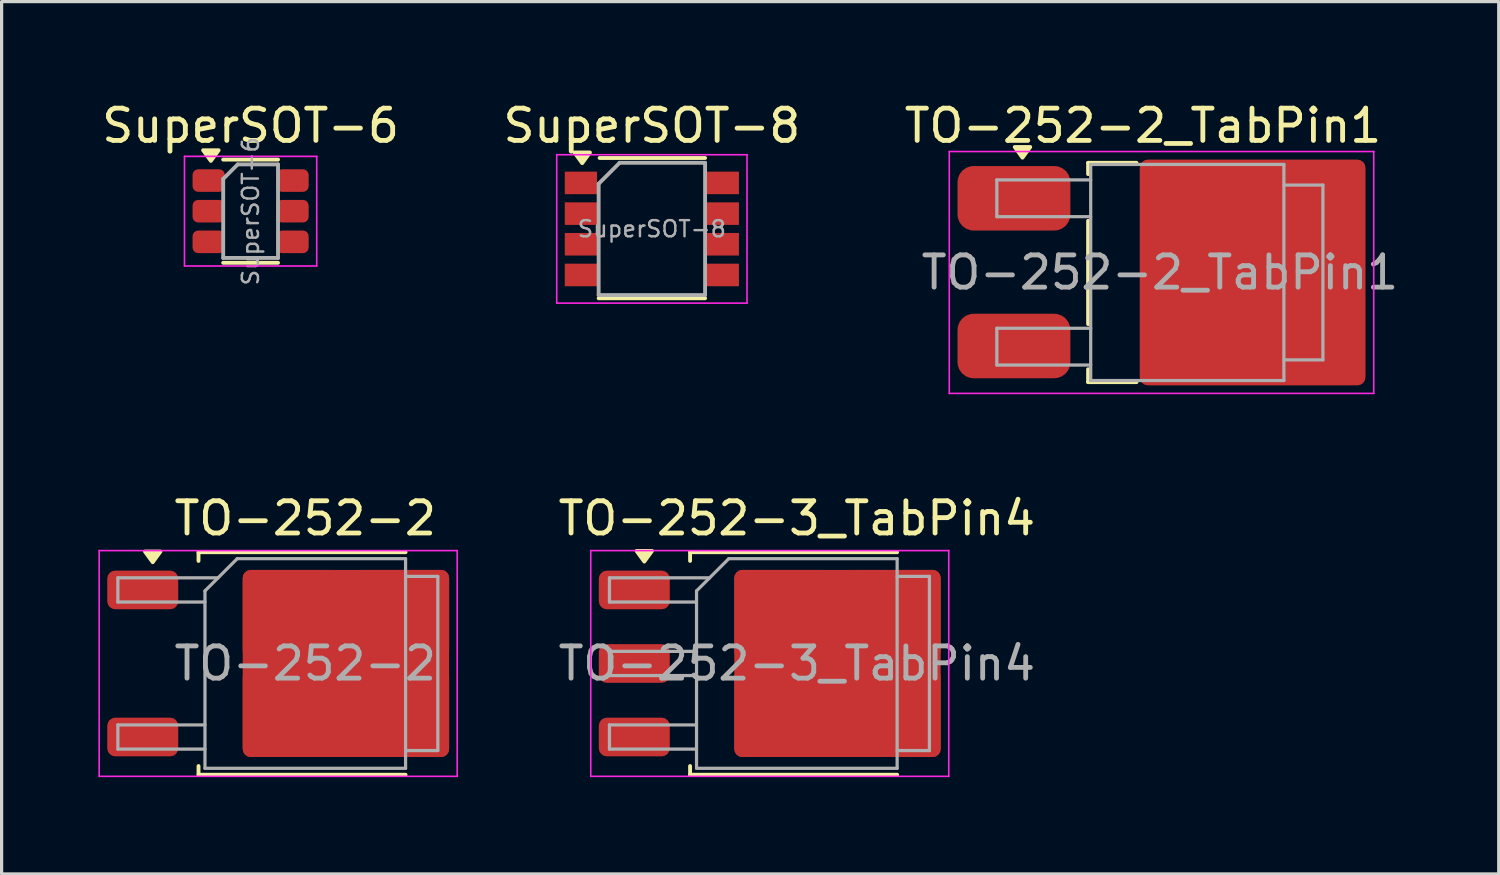
<source format=kicad_pcb>
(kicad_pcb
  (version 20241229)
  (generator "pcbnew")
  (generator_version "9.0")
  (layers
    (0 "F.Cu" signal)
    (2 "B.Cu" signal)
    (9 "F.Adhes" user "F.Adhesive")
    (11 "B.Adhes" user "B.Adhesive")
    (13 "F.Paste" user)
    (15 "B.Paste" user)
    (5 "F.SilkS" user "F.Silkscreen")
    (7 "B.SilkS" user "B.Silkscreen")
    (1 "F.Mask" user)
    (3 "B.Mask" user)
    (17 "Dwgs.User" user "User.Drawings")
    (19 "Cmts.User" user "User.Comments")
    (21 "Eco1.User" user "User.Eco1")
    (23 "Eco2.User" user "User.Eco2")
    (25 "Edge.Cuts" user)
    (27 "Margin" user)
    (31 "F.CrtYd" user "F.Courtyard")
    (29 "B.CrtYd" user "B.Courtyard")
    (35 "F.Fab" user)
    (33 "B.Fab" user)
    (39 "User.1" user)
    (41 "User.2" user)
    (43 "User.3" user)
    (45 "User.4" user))
  (footprint "SuperSOT-6"
    (layer "F.Cu")
    (at 4.72 3.498)
    (property "Reference" "SuperSOT-6" (at 0 -2.65 0) (layer "F.SilkS") (effects (font (size 1 1) (thickness 0.15))))
    (attr smd)
    (fp_line (start 0.85 -1.6) (end -0.85 -1.6) (stroke (width 0.12) (type solid)) (layer "F.SilkS"))
    (fp_line (start 0.85 1.6) (end -0.85 1.6) (stroke (width 0.12) (type solid)) (layer "F.SilkS"))
    (fp_poly (pts (xy -1.232 -1.56) (xy -1.472 -1.89) (xy -0.992 -1.89) (xy -1.232 -1.56)) (stroke (width 0.12) (type solid)) (fill yes) (layer "F.SilkS"))
    (fp_line (start -2.05 -1.7) (end -2.05 1.7) (stroke (width 0.05) (type solid)) (layer "F.CrtYd"))
    (fp_line (start -2.05 -1.7) (end 2.05 -1.7) (stroke (width 0.05) (type solid)) (layer "F.CrtYd"))
    (fp_line (start 2.05 1.7) (end -2.05 1.7) (stroke (width 0.05) (type solid)) (layer "F.CrtYd"))
    (fp_line (start 2.05 1.7) (end 2.05 -1.7) (stroke (width 0.05) (type solid)) (layer "F.CrtYd"))
    (fp_line (start -0.85 -1) (end -0.85 1.45) (stroke (width 0.12) (type solid)) (layer "F.Fab"))
    (fp_line (start -0.85 1.45) (end 0.85 1.45) (stroke (width 0.12) (type solid)) (layer "F.Fab"))
    (fp_line (start -0.4 -1.45) (end -0.85 -1) (stroke (width 0.12) (type solid)) (layer "F.Fab"))
    (fp_line (start 0.85 -1.45) (end -0.4 -1.45) (stroke (width 0.12) (type solid)) (layer "F.Fab"))
    (fp_line (start 0.85 1.45) (end 0.85 -1.45) (stroke (width 0.12) (type solid)) (layer "F.Fab"))
    (fp_text user "${REFERENCE}" (at 0 0 90) (layer "F.Fab") (effects (font (size 0.5 0.5) (thickness 0.075))))
    (pad "1" smd roundrect (at -1.3 -0.95) (size 1 0.7) (layers "F.Cu" "F.Mask" "F.Paste") (roundrect_rratio 0.25))
    (pad "2" smd roundrect (at -1.3 0) (size 1 0.7) (layers "F.Cu" "F.Mask" "F.Paste") (roundrect_rratio 0.25))
    (pad "3" smd roundrect (at -1.3 0.95) (size 1 0.7) (layers "F.Cu" "F.Mask" "F.Paste") (roundrect_rratio 0.25))
    (pad "4" smd roundrect (at 1.3 0.95) (size 1 0.7) (layers "F.Cu" "F.Mask" "F.Paste") (roundrect_rratio 0.25))
    (pad "5" smd roundrect (at 1.3 0) (size 1 0.7) (layers "F.Cu" "F.Mask" "F.Paste") (roundrect_rratio 0.25))
    (pad "6" smd roundrect (at 1.3 -0.95) (size 1 0.7) (layers "F.Cu" "F.Mask" "F.Paste") (roundrect_rratio 0.25)))
  (footprint "TO-252-3_TabPin4"
    (layer "F.Cu")
    (at 21.656 17.521)
    (property "Reference" "TO-252-3_TabPin4" (at 0 -4.5 0) (layer "F.SilkS") (effects (font (size 1 1) (thickness 0.15))))
    (attr smd)
    (fp_line (start -3.31 -3.45) (end -3.31 -3.18) (stroke (width 0.12) (type solid)) (layer "F.SilkS"))
    (fp_line (start -3.31 3.45) (end -3.31 3.18) (stroke (width 0.12) (type solid)) (layer "F.SilkS"))
    (fp_line (start 3.11 -3.45) (end -3.31 -3.45) (stroke (width 0.12) (type solid)) (layer "F.SilkS"))
    (fp_line (start 3.11 3.45) (end -3.31 3.45) (stroke (width 0.12) (type solid)) (layer "F.SilkS"))
    (fp_poly (pts (xy -4.73 -3.16) (xy -4.97 -3.49) (xy -4.49 -3.49) (xy -4.73 -3.16)) (stroke (width 0.12) (type solid)) (fill yes) (layer "F.SilkS"))
    (fp_line (start -6.39 -3.5) (end -6.39 3.5) (stroke (width 0.05) (type solid)) (layer "F.CrtYd"))
    (fp_line (start -6.39 3.5) (end 4.71 3.5) (stroke (width 0.05) (type solid)) (layer "F.CrtYd"))
    (fp_line (start 4.71 -3.5) (end -6.39 -3.5) (stroke (width 0.05) (type solid)) (layer "F.CrtYd"))
    (fp_line (start 4.71 3.5) (end 4.71 -3.5) (stroke (width 0.05) (type solid)) (layer "F.CrtYd"))
    (fp_line (start -5.81 -2.655) (end -5.81 -1.905) (stroke (width 0.1) (type solid)) (layer "F.Fab"))
    (fp_line (start -5.81 -1.905) (end -3.11 -1.905) (stroke (width 0.1) (type solid)) (layer "F.Fab"))
    (fp_line (start -5.81 -0.375) (end -5.81 0.375) (stroke (width 0.1) (type solid)) (layer "F.Fab"))
    (fp_line (start -5.81 0.375) (end -3.11 0.375) (stroke (width 0.1) (type solid)) (layer "F.Fab"))
    (fp_line (start -5.81 1.905) (end -5.81 2.655) (stroke (width 0.1) (type solid)) (layer "F.Fab"))
    (fp_line (start -5.81 2.655) (end -3.11 2.655) (stroke (width 0.1) (type solid)) (layer "F.Fab"))
    (fp_line (start -3.11 -2.25) (end -2.11 -3.25) (stroke (width 0.1) (type solid)) (layer "F.Fab"))
    (fp_line (start -3.11 -0.375) (end -5.81 -0.375) (stroke (width 0.1) (type solid)) (layer "F.Fab"))
    (fp_line (start -3.11 1.905) (end -5.81 1.905) (stroke (width 0.1) (type solid)) (layer "F.Fab"))
    (fp_line (start -3.11 3.25) (end -3.11 -2.25) (stroke (width 0.1) (type solid)) (layer "F.Fab"))
    (fp_line (start -2.705 -2.655) (end -5.81 -2.655) (stroke (width 0.1) (type solid)) (layer "F.Fab"))
    (fp_line (start -2.11 -3.25) (end 3.11 -3.25) (stroke (width 0.1) (type solid)) (layer "F.Fab"))
    (fp_line (start 3.11 -3.25) (end 3.11 3.25) (stroke (width 0.1) (type solid)) (layer "F.Fab"))
    (fp_line (start 3.11 -2.7) (end 4.11 -2.7) (stroke (width 0.1) (type solid)) (layer "F.Fab"))
    (fp_line (start 3.11 3.25) (end -3.11 3.25) (stroke (width 0.1) (type solid)) (layer "F.Fab"))
    (fp_line (start 4.11 -2.7) (end 4.11 2.7) (stroke (width 0.1) (type solid)) (layer "F.Fab"))
    (fp_line (start 4.11 2.7) (end 3.11 2.7) (stroke (width 0.1) (type solid)) (layer "F.Fab"))
    (fp_text user "${REFERENCE}" (at 0 0 0) (layer "F.Fab") (effects (font (size 1 1) (thickness 0.15))))
    (pad "1" smd roundrect (at -5.04 -2.28) (size 2.2 1.2) (layers "F.Cu" "F.Mask" "F.Paste") (roundrect_rratio 0.208))
    (pad "2" smd roundrect (at -5.04 0) (size 2.2 1.2) (layers "F.Cu" "F.Mask" "F.Paste") (roundrect_rratio 0.208))
    (pad "3" smd roundrect (at -5.04 2.28) (size 2.2 1.2) (layers "F.Cu" "F.Mask" "F.Paste") (roundrect_rratio 0.208))
    (pad "4" smd roundrect (at -0.415 -1.525) (size 3.05 2.75) (layers "F.Cu" "F.Paste") (roundrect_rratio 0.091))
    (pad "4" smd roundrect (at -0.415 1.525) (size 3.05 2.75) (layers "F.Cu" "F.Paste") (roundrect_rratio 0.091))
    (pad "4" smd roundrect (at 1.26 0) (size 6.4 5.8) (layers "F.Cu" "F.Mask") (roundrect_rratio 0.043))
    (pad "4" smd roundrect (at 2.935 -1.525) (size 3.05 2.75) (layers "F.Cu" "F.Paste") (roundrect_rratio 0.091))
    (pad "4" smd roundrect (at 2.935 1.525) (size 3.05 2.75) (layers "F.Cu" "F.Paste") (roundrect_rratio 0.091)))
  (footprint "TO-252-2"
    (layer "F.Cu")
    (at 6.415 17.521)
    (property "Reference" "TO-252-2" (at 0 -4.5 0) (layer "F.SilkS") (effects (font (size 1 1) (thickness 0.15))))
    (attr smd)
    (fp_line (start -3.31 -3.45) (end -3.31 -3.18) (stroke (width 0.12) (type solid)) (layer "F.SilkS"))
    (fp_line (start -3.31 3.45) (end -3.31 3.18) (stroke (width 0.12) (type solid)) (layer "F.SilkS"))
    (fp_line (start 3.11 -3.45) (end -3.31 -3.45) (stroke (width 0.12) (type solid)) (layer "F.SilkS"))
    (fp_line (start 3.11 3.45) (end -3.31 3.45) (stroke (width 0.12) (type solid)) (layer "F.SilkS"))
    (fp_poly (pts (xy -4.73 -3.14) (xy -4.97 -3.47) (xy -4.49 -3.47) (xy -4.73 -3.14)) (stroke (width 0.12) (type solid)) (fill yes) (layer "F.SilkS"))
    (fp_line (start -6.39 -3.5) (end -6.39 3.5) (stroke (width 0.05) (type solid)) (layer "F.CrtYd"))
    (fp_line (start -6.39 3.5) (end 4.71 3.5) (stroke (width 0.05) (type solid)) (layer "F.CrtYd"))
    (fp_line (start 4.71 -3.5) (end -6.39 -3.5) (stroke (width 0.05) (type solid)) (layer "F.CrtYd"))
    (fp_line (start 4.71 3.5) (end 4.71 -3.5) (stroke (width 0.05) (type solid)) (layer "F.CrtYd"))
    (fp_line (start -5.81 -2.655) (end -5.81 -1.905) (stroke (width 0.1) (type solid)) (layer "F.Fab"))
    (fp_line (start -5.81 -1.905) (end -3.11 -1.905) (stroke (width 0.1) (type solid)) (layer "F.Fab"))
    (fp_line (start -5.81 1.905) (end -5.81 2.655) (stroke (width 0.1) (type solid)) (layer "F.Fab"))
    (fp_line (start -5.81 2.655) (end -3.11 2.655) (stroke (width 0.1) (type solid)) (layer "F.Fab"))
    (fp_line (start -3.11 -2.25) (end -2.11 -3.25) (stroke (width 0.1) (type solid)) (layer "F.Fab"))
    (fp_line (start -3.11 1.905) (end -5.81 1.905) (stroke (width 0.1) (type solid)) (layer "F.Fab"))
    (fp_line (start -3.11 3.25) (end -3.11 -2.25) (stroke (width 0.1) (type solid)) (layer "F.Fab"))
    (fp_line (start -2.705 -2.655) (end -5.81 -2.655) (stroke (width 0.1) (type solid)) (layer "F.Fab"))
    (fp_line (start -2.11 -3.25) (end 3.11 -3.25) (stroke (width 0.1) (type solid)) (layer "F.Fab"))
    (fp_line (start 3.11 -3.25) (end 3.11 3.25) (stroke (width 0.1) (type solid)) (layer "F.Fab"))
    (fp_line (start 3.11 -2.7) (end 4.11 -2.7) (stroke (width 0.1) (type solid)) (layer "F.Fab"))
    (fp_line (start 3.11 3.25) (end -3.11 3.25) (stroke (width 0.1) (type solid)) (layer "F.Fab"))
    (fp_line (start 4.11 -2.7) (end 4.11 2.7) (stroke (width 0.1) (type solid)) (layer "F.Fab"))
    (fp_line (start 4.11 2.7) (end 3.11 2.7) (stroke (width 0.1) (type solid)) (layer "F.Fab"))
    (fp_text user "${REFERENCE}" (at 0 0 0) (layer "F.Fab") (effects (font (size 1 1) (thickness 0.15))))
    (pad "1" smd roundrect (at -5.04 -2.28) (size 2.2 1.2) (layers "F.Cu" "F.Mask" "F.Paste") (roundrect_rratio 0.208))
    (pad "2" smd roundrect (at -0.415 -1.525) (size 3.05 2.75) (layers "F.Cu" "F.Paste") (roundrect_rratio 0.091))
    (pad "2" smd roundrect (at -0.415 1.525) (size 3.05 2.75) (layers "F.Cu" "F.Paste") (roundrect_rratio 0.091))
    (pad "2" smd roundrect (at 1.26 0) (size 6.4 5.8) (layers "F.Cu" "F.Mask") (roundrect_rratio 0.043))
    (pad "2" smd roundrect (at 2.935 -1.525) (size 3.05 2.75) (layers "F.Cu" "F.Paste") (roundrect_rratio 0.091))
    (pad "2" smd roundrect (at 2.935 1.525) (size 3.05 2.75) (layers "F.Cu" "F.Paste") (roundrect_rratio 0.091))
    (pad "3" smd roundrect (at -5.04 2.28) (size 2.2 1.2) (layers "F.Cu" "F.Mask" "F.Paste") (roundrect_rratio 0.208)))
  (footprint "SuperSOT-8"
    (layer "F.Cu")
    (at 17.161 4.048)
    (property "Reference" "SuperSOT-8" (at 0 -3.2 0) (layer "F.SilkS") (effects (font (size 1 1) (thickness 0.15))))
    (attr smd)
    (fp_line (start -1.62 -2.2) (end 1.65 -2.2) (stroke (width 0.12) (type solid)) (layer "F.SilkS"))
    (fp_line (start 1.65 2.15) (end -1.65 2.15) (stroke (width 0.12) (type solid)) (layer "F.SilkS"))
    (fp_poly (pts (xy -2.16 -2.04) (xy -2.4 -2.37) (xy -1.92 -2.37) (xy -2.16 -2.04)) (stroke (width 0.12) (type solid)) (fill yes) (layer "F.SilkS"))
    (fp_line (start -2.95 -2.3) (end -2.95 2.3) (stroke (width 0.05) (type solid)) (layer "F.CrtYd"))
    (fp_line (start -2.95 -2.3) (end 2.95 -2.3) (stroke (width 0.05) (type solid)) (layer "F.CrtYd"))
    (fp_line (start 2.95 2.3) (end -2.95 2.3) (stroke (width 0.05) (type solid)) (layer "F.CrtYd"))
    (fp_line (start 2.95 2.3) (end 2.95 -2.3) (stroke (width 0.05) (type solid)) (layer "F.CrtYd"))
    (fp_line (start -1.65 -1.4) (end -1 -2.05) (stroke (width 0.12) (type solid)) (layer "F.Fab"))
    (fp_line (start -1.65 2.05) (end -1.65 -1.4) (stroke (width 0.12) (type solid)) (layer "F.Fab"))
    (fp_line (start -1 -2.05) (end 1.65 -2.05) (stroke (width 0.12) (type solid)) (layer "F.Fab"))
    (fp_line (start 1.65 -2.05) (end 1.65 2.05) (stroke (width 0.12) (type solid)) (layer "F.Fab"))
    (fp_line (start 1.65 2.05) (end -1.65 2.05) (stroke (width 0.12) (type solid)) (layer "F.Fab"))
    (fp_text user "${REFERENCE}" (at 0 0 0) (layer "F.Fab") (effects (font (size 0.5 0.5) (thickness 0.075))))
    (pad "1" smd rect (at -2.2 -1.427) (size 1 0.7) (layers "F.Cu" "F.Mask" "F.Paste"))
    (pad "2" smd rect (at -2.2 -0.475) (size 1 0.7) (layers "F.Cu" "F.Mask" "F.Paste"))
    (pad "3" smd rect (at -2.2 0.475) (size 1 0.7) (layers "F.Cu" "F.Mask" "F.Paste"))
    (pad "4" smd rect (at -2.2 1.427) (size 1 0.7) (layers "F.Cu" "F.Mask" "F.Paste"))
    (pad "5" smd rect (at 2.2 1.427) (size 1 0.7) (layers "F.Cu" "F.Mask" "F.Paste"))
    (pad "6" smd rect (at 2.2 0.475) (size 1 0.7) (layers "F.Cu" "F.Mask" "F.Paste"))
    (pad "7" smd rect (at 2.2 -0.475) (size 1 0.7) (layers "F.Cu" "F.Mask" "F.Paste"))
    (pad "8" smd rect (at 2.2 -1.427) (size 1 0.7) (layers "F.Cu" "F.Mask" "F.Paste")))
  (footprint "TO-252-2_TabPin1"
    (layer "F.Cu")
    (at 33.762 5.398)
    (property "Reference" "TO-252-2_TabPin1" (at -1.375 -4.55 0) (layer "F.SilkS") (effects (font (size 1 1) (thickness 0.15))))
    (attr smd)
    (fp_line (start -3.075 -3.4) (end -1.575 -3.4) (stroke (width 0.12) (type solid)) (layer "F.SilkS"))
    (fp_line (start -3.075 -3.05) (end -3.075 -3.4) (stroke (width 0.12) (type solid)) (layer "F.SilkS"))
    (fp_line (start -3.075 1.6) (end -3.075 -1.6) (stroke (width 0.12) (type solid)) (layer "F.SilkS"))
    (fp_line (start -3.075 3.4) (end -3.075 3) (stroke (width 0.12) (type solid)) (layer "F.SilkS"))
    (fp_line (start -1.575 3.4) (end -3.075 3.4) (stroke (width 0.12) (type solid)) (layer "F.SilkS"))
    (fp_poly (pts (xy -5.11 -3.56) (xy -5.35 -3.89) (xy -4.87 -3.89) (xy -5.11 -3.56)) (stroke (width 0.12) (type solid)) (fill yes) (layer "F.SilkS"))
    (fp_line (start -7.38 3.75) (end -7.38 -3.75) (stroke (width 0.05) (type solid)) (layer "F.CrtYd"))
    (fp_line (start -7.38 3.75) (end 5.78 3.75) (stroke (width 0.05) (type solid)) (layer "F.CrtYd"))
    (fp_line (start 5.78 -3.75) (end -7.38 -3.75) (stroke (width 0.05) (type solid)) (layer "F.CrtYd"))
    (fp_line (start 5.78 -3.75) (end 5.78 3.75) (stroke (width 0.05) (type solid)) (layer "F.CrtYd"))
    (fp_line (start -5.905 -2.87) (end -5.905 -1.73) (stroke (width 0.1) (type solid)) (layer "F.Fab"))
    (fp_line (start -5.905 -1.73) (end -2.995 -1.73) (stroke (width 0.1) (type solid)) (layer "F.Fab"))
    (fp_line (start -5.905 1.73) (end -5.905 2.87) (stroke (width 0.1) (type solid)) (layer "F.Fab"))
    (fp_line (start -5.905 2.87) (end -2.995 2.87) (stroke (width 0.1) (type solid)) (layer "F.Fab"))
    (fp_line (start -2.995 -2.87) (end -5.905 -2.87) (stroke (width 0.1) (type solid)) (layer "F.Fab"))
    (fp_line (start -2.995 1.73) (end -5.905 1.73) (stroke (width 0.1) (type solid)) (layer "F.Fab"))
    (fp_line (start -2.995 3.35) (end -2.995 -3.35) (stroke (width 0.1) (type solid)) (layer "F.Fab"))
    (fp_line (start -2.995 3.35) (end 2.995 3.35) (stroke (width 0.1) (type solid)) (layer "F.Fab"))
    (fp_line (start 2.995 -3.35) (end -2.995 -3.35) (stroke (width 0.1) (type solid)) (layer "F.Fab"))
    (fp_line (start 2.995 3.35) (end 2.995 -3.35) (stroke (width 0.1) (type solid)) (layer "F.Fab"))
    (fp_line (start 3.005 -2.71) (end 4.205 -2.71) (stroke (width 0.1) (type solid)) (layer "F.Fab"))
    (fp_line (start 4.205 -2.71) (end 4.205 2.71) (stroke (width 0.1) (type solid)) (layer "F.Fab"))
    (fp_line (start 4.205 2.71) (end 2.995 2.71) (stroke (width 0.1) (type solid)) (layer "F.Fab"))
    (fp_text user "${REFERENCE}" (at -0.85 0 0) (layer "F.Fab") (effects (font (size 1 1) (thickness 0.15))))
    (pad "" smd roundrect (at 0.25 -1.8 270) (size 3.3 3.3) (layers "F.Paste") (roundrect_rratio 0.076))
    (pad "" smd roundrect (at 0.25 1.8 270) (size 3.3 3.3) (layers "F.Paste") (roundrect_rratio 0.076))
    (pad "" smd roundrect (at 3.8 -1.8 270) (size 3.3 3.3) (layers "F.Paste") (roundrect_rratio 0.076))
    (pad "" smd roundrect (at 3.8 1.8 270) (size 3.3 3.3) (layers "F.Paste") (roundrect_rratio 0.076))
    (pad "1" smd roundrect (at -5.375 -2.3) (size 3.5 2) (layers "F.Cu" "F.Mask" "F.Paste") (roundrect_rratio 0.25))
    (pad "1" smd roundrect (at 2.025 0) (size 7 7) (layers "F.Cu" "F.Mask") (roundrect_rratio 0.036))
    (pad "2" smd roundrect (at -5.375 2.28) (size 3.5 2) (layers "F.Cu" "F.Mask" "F.Paste") (roundrect_rratio 0.25)))
  (gr_rect
    (start -3 -3)
    (end 43.418 24.047)
    (stroke (width 0.1) (type default))
    (fill no)
    (layer "Edge.Cuts")))
</source>
